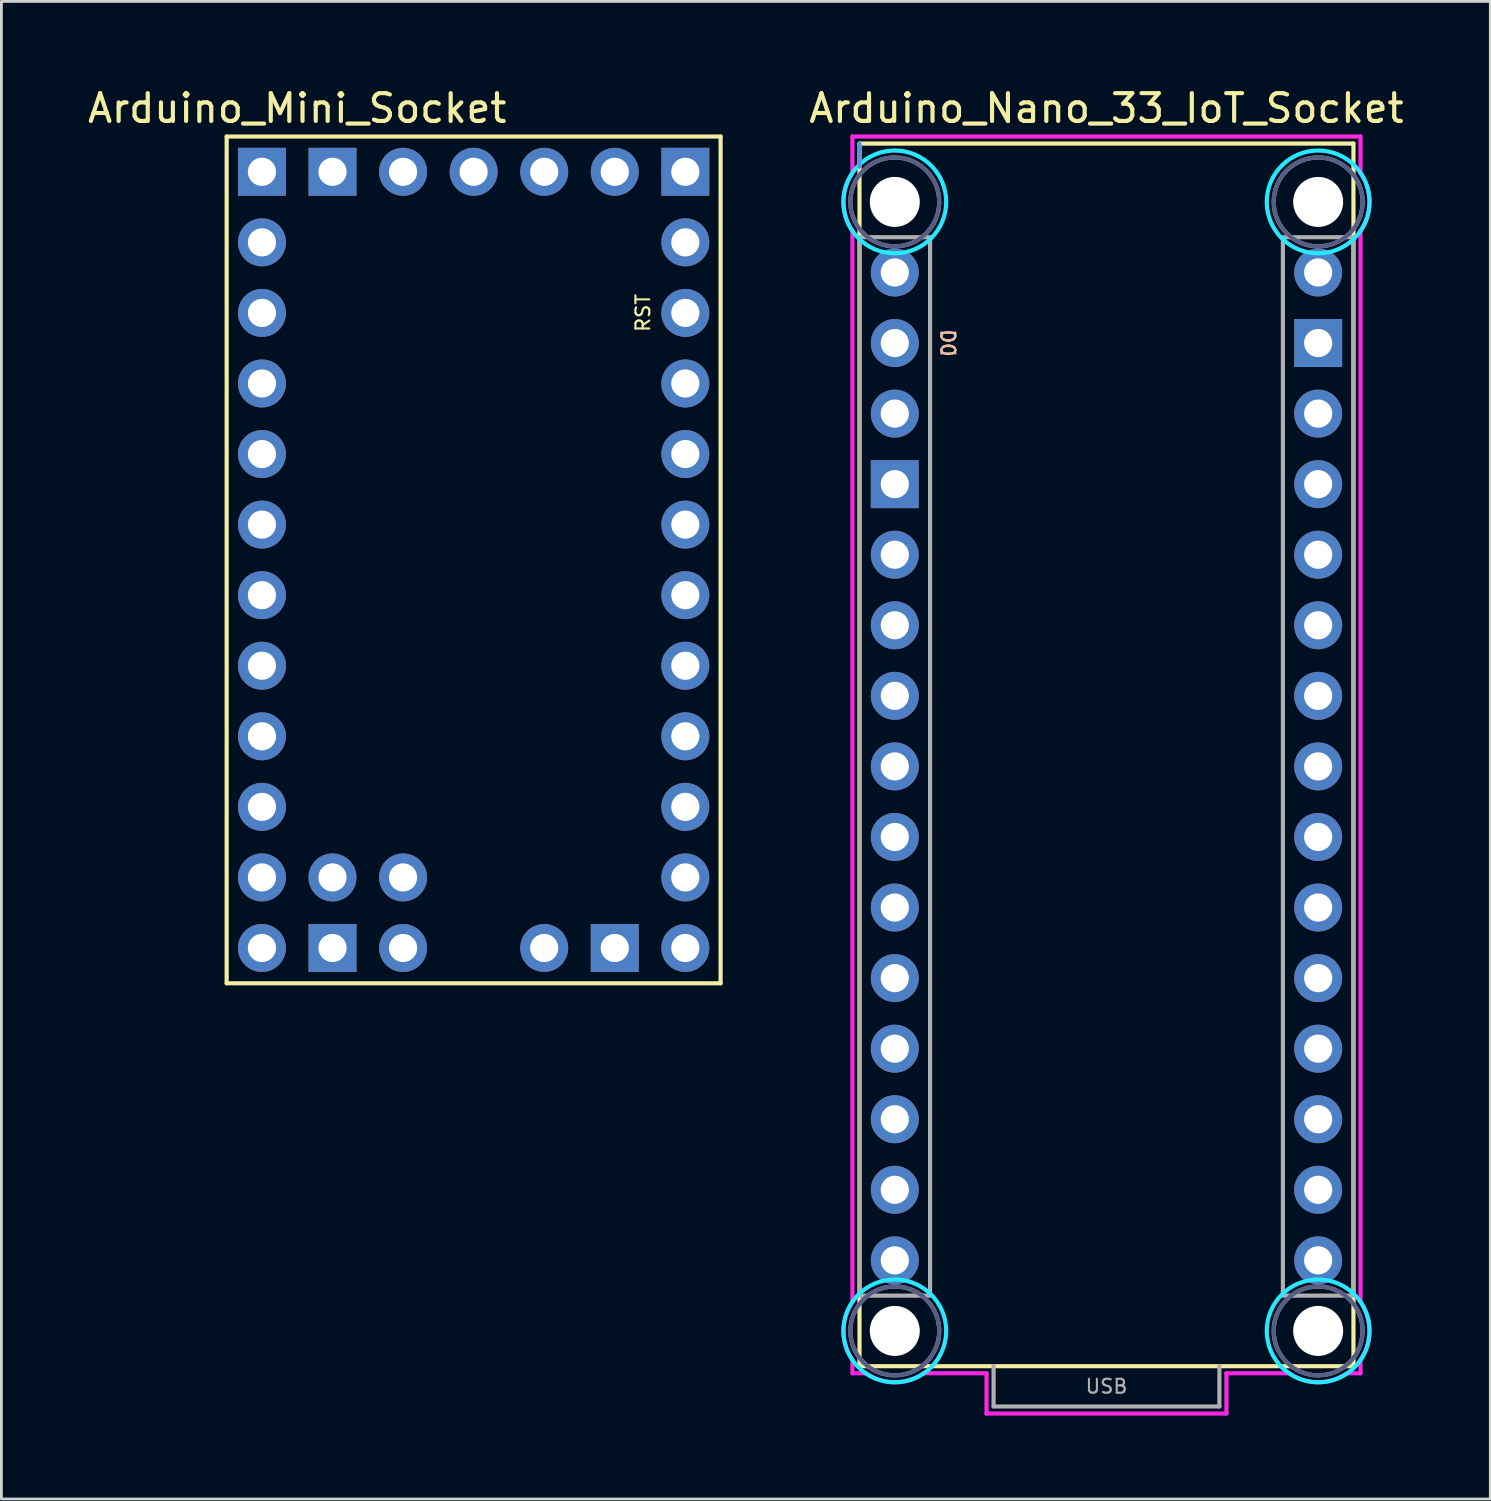
<source format=kicad_pcb>
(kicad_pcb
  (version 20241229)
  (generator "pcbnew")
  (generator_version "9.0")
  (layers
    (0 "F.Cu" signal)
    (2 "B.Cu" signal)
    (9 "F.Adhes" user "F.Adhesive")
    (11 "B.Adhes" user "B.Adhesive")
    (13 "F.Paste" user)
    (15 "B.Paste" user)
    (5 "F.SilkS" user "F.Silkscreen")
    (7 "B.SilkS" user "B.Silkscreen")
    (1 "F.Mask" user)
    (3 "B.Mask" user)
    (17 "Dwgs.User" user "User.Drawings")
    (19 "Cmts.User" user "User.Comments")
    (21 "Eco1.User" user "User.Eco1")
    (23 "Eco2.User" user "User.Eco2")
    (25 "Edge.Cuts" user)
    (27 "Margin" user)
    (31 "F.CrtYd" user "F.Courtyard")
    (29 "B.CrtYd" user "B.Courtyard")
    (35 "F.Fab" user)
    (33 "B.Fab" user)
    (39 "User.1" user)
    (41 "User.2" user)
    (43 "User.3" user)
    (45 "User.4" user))
  (footprint "Arduino_Nano_33_IoT_Socket"
    (layer "F.Cu")
    (at 36.779 46.128)
    (property "Reference" "Arduino_Nano_33_IoT_Socket" (at 0 -45.28 0) (layer "F.SilkS") (effects (font (size 1 1) (thickness 0.15))))
    (attr through_hole)
    (fp_line (start -8.89 -44.01) (end -8.89 0) (stroke (width 0.15) (type solid)) (layer "F.SilkS"))
    (fp_line (start -8.89 -44.01) (end 8.89 -44.01) (stroke (width 0.15) (type solid)) (layer "F.SilkS"))
    (fp_line (start -8.89 0) (end 8.89 0) (stroke (width 0.15) (type solid)) (layer "F.SilkS"))
    (fp_line (start 8.89 -44.01) (end 8.89 0) (stroke (width 0.15) (type solid)) (layer "F.SilkS"))
    (fp_line (start -8.89 -44.01) (end -8.89 -43.18) (stroke (width 0.15) (type solid)) (layer "Cmts.User"))
    (fp_circle (center -7.62 -41.91) (end -5.77 -41.91) (stroke (width 0.15) (type solid)) (fill no) (layer "B.CrtYd"))
    (fp_circle (center -7.62 -1.27) (end -5.77 -1.27) (stroke (width 0.15) (type solid)) (fill no) (layer "B.CrtYd"))
    (fp_circle (center 7.62 -41.91) (end 9.47 -41.91) (stroke (width 0.15) (type solid)) (fill no) (layer "B.CrtYd"))
    (fp_circle (center 7.62 -1.27) (end 9.47 -1.27) (stroke (width 0.15) (type solid)) (fill no) (layer "B.CrtYd"))
    (fp_line (start -9.144 -44.264) (end 9.144 -44.264) (stroke (width 0.15) (type solid)) (layer "F.CrtYd"))
    (fp_line (start -9.144 -42.951) (end -9.144 -44.264) (stroke (width 0.15) (type solid)) (layer "F.CrtYd"))
    (fp_line (start -9.144 -2.311) (end -9.144 -40.869) (stroke (width 0.15) (type solid)) (layer "F.CrtYd"))
    (fp_line (start -9.144 0.254) (end -9.144 -0.229) (stroke (width 0.15) (type solid)) (layer "F.CrtYd"))
    (fp_line (start -8.661 0.254) (end -9.144 0.254) (stroke (width 0.15) (type solid)) (layer "F.CrtYd"))
    (fp_line (start -4.318 0.254) (end -6.579 0.254) (stroke (width 0.15) (type solid)) (layer "F.CrtYd"))
    (fp_line (start -4.318 1.704) (end -4.318 0.254) (stroke (width 0.15) (type solid)) (layer "F.CrtYd"))
    (fp_line (start 4.318 0.254) (end 4.318 1.704) (stroke (width 0.15) (type solid)) (layer "F.CrtYd"))
    (fp_line (start 4.318 1.704) (end -4.318 1.704) (stroke (width 0.15) (type solid)) (layer "F.CrtYd"))
    (fp_line (start 6.579 0.254) (end 4.318 0.254) (stroke (width 0.15) (type solid)) (layer "F.CrtYd"))
    (fp_line (start 9.144 -44.264) (end 9.144 -42.951) (stroke (width 0.15) (type solid)) (layer "F.CrtYd"))
    (fp_line (start 9.144 -40.869) (end 9.144 -2.311) (stroke (width 0.15) (type solid)) (layer "F.CrtYd"))
    (fp_line (start 9.144 -0.229) (end 9.144 0.254) (stroke (width 0.15) (type solid)) (layer "F.CrtYd"))
    (fp_line (start 9.144 0.254) (end 8.661 0.254) (stroke (width 0.15) (type solid)) (layer "F.CrtYd"))
    (fp_arc (start -9.144 -40.8686) (mid -9.467363 -41.91) (end -9.144 -42.9514) (stroke (width 0.15) (type solid)) (layer "F.CrtYd"))
    (fp_arc (start -9.144 -0.2286) (mid -9.467363 -1.27) (end -9.144 -2.3114) (stroke (width 0.15) (type solid)) (layer "F.CrtYd"))
    (fp_arc (start -6.5786 0.254) (mid -7.62 0.577363) (end -8.6614 0.254) (stroke (width 0.15) (type solid)) (layer "F.CrtYd"))
    (fp_arc (start 8.6614 0.254) (mid 7.62 0.577363) (end 6.5786 0.254) (stroke (width 0.15) (type solid)) (layer "F.CrtYd"))
    (fp_arc (start 9.144 -42.9514) (mid 9.467363 -41.91) (end 9.144 -40.8686) (stroke (width 0.15) (type solid)) (layer "F.CrtYd"))
    (fp_arc (start 9.144 -2.3114) (mid 9.467363 -1.27) (end 9.144 -0.2286) (stroke (width 0.15) (type solid)) (layer "F.CrtYd"))
    (fp_circle (center -7.62 -41.91) (end -6.02 -41.91) (stroke (width 0.15) (type solid)) (fill no) (layer "B.Fab"))
    (fp_circle (center -7.62 -1.27) (end -6.02 -1.27) (stroke (width 0.15) (type solid)) (fill no) (layer "B.Fab"))
    (fp_circle (center 7.62 -41.91) (end 9.22 -41.91) (stroke (width 0.15) (type solid)) (fill no) (layer "B.Fab"))
    (fp_circle (center 7.62 -1.27) (end 9.22 -1.27) (stroke (width 0.15) (type solid)) (fill no) (layer "B.Fab"))
    (fp_line (start -4.064 0) (end -4.064 1.45) (stroke (width 0.15) (type solid)) (layer "F.Fab"))
    (fp_line (start -4.064 1.45) (end 4.064 1.45) (stroke (width 0.15) (type solid)) (layer "F.Fab"))
    (fp_line (start 4.064 1.45) (end 4.064 0) (stroke (width 0.15) (type solid)) (layer "F.Fab"))
    (fp_rect (start -8.89 -40.64) (end -6.35 -2.54) (stroke (width 0.15) (type solid)) (fill no) (layer "F.Fab"))
    (fp_rect (start 6.35 -40.64) (end 8.89 -2.54) (stroke (width 0.15) (type solid)) (fill no) (layer "F.Fab"))
    (fp_circle (center -7.62 -41.91) (end -6.02 -41.91) (stroke (width 0.15) (type solid)) (fill no) (layer "F.Fab"))
    (fp_circle (center -7.62 -1.27) (end -6.02 -1.27) (stroke (width 0.15) (type solid)) (fill no) (layer "F.Fab"))
    (fp_circle (center 7.62 -41.91) (end 9.22 -41.91) (stroke (width 0.15) (type solid)) (fill no) (layer "F.Fab"))
    (fp_circle (center 7.62 -1.27) (end 9.22 -1.27) (stroke (width 0.15) (type solid)) (fill no) (layer "F.Fab"))
    (fp_text user "D0" (at -5.715 -36.83 270) (unlocked yes) (layer "F.SilkS") (effects (font (size 0.5 0.5) (thickness 0.075))))
    (fp_text user "D0" (at -5.715 -36.83 270) (unlocked yes) (layer "B.SilkS") (effects (font (size 0.5 0.5) (thickness 0.075)) (justify mirror)))
    (fp_text user "USB" (at 0 0.725 0) (layer "F.Fab") (effects (font (size 0.5 0.5) (thickness 0.075))))
    (pad "" np_thru_hole circle (at -7.62 -41.91) (size 1.8 1.8) (drill 1.8) (layers "*.Cu" "*.Mask"))
    (pad "" np_thru_hole circle (at -7.62 -1.27) (size 1.8 1.8) (drill 1.8) (layers "*.Cu" "*.Mask"))
    (pad "" np_thru_hole circle (at 7.62 -41.91) (size 1.8 1.8) (drill 1.8) (layers "*.Cu" "*.Mask"))
    (pad "" np_thru_hole circle (at 7.62 -1.27) (size 1.8 1.8) (drill 1.8) (layers "*.Cu" "*.Mask"))
    (pad "3V3" thru_hole circle (at 7.62 -6.35) (size 1.727 1.727) (drill 1.016) (layers "*.Cu" "*.Mask"))
    (pad "5V" thru_hole circle (at 7.62 -31.75) (size 1.727 1.727) (drill 1.016) (layers "*.Cu" "*.Mask"))
    (pad "A0" thru_hole circle (at 7.62 -11.43) (size 1.727 1.727) (drill 1.016) (layers "*.Cu" "*.Mask"))
    (pad "A1" thru_hole circle (at 7.62 -13.97) (size 1.727 1.727) (drill 1.016) (layers "*.Cu" "*.Mask"))
    (pad "A2" thru_hole circle (at 7.62 -16.51) (size 1.727 1.727) (drill 1.016) (layers "*.Cu" "*.Mask"))
    (pad "A3" thru_hole circle (at 7.62 -19.05) (size 1.727 1.727) (drill 1.016) (layers "*.Cu" "*.Mask"))
    (pad "A4" thru_hole circle (at 7.62 -21.59) (size 1.727 1.727) (drill 1.016) (layers "*.Cu" "*.Mask"))
    (pad "A5" thru_hole circle (at 7.62 -24.13) (size 1.727 1.727) (drill 1.016) (layers "*.Cu" "*.Mask"))
    (pad "A6" thru_hole circle (at 7.62 -26.67) (size 1.727 1.727) (drill 1.016) (layers "*.Cu" "*.Mask"))
    (pad "A7" thru_hole circle (at 7.62 -29.21) (size 1.727 1.727) (drill 1.016) (layers "*.Cu" "*.Mask"))
    (pad "AREF" thru_hole circle (at 7.62 -8.89) (size 1.727 1.727) (drill 1.016) (layers "*.Cu" "*.Mask"))
    (pad "D0" thru_hole circle (at -7.62 -36.83) (size 1.727 1.727) (drill 1.016) (layers "*.Cu" "*.Mask"))
    (pad "D1" thru_hole circle (at -7.62 -39.37) (size 1.727 1.727) (drill 1.016) (layers "*.Cu" "*.Mask"))
    (pad "D2" thru_hole circle (at -7.62 -29.21) (size 1.727 1.727) (drill 1.016) (layers "*.Cu" "*.Mask"))
    (pad "D3" thru_hole circle (at -7.62 -26.67) (size 1.727 1.727) (drill 1.016) (layers "*.Cu" "*.Mask"))
    (pad "D4" thru_hole circle (at -7.62 -24.13) (size 1.727 1.727) (drill 1.016) (layers "*.Cu" "*.Mask"))
    (pad "D5" thru_hole circle (at -7.62 -21.59) (size 1.727 1.727) (drill 1.016) (layers "*.Cu" "*.Mask"))
    (pad "D6" thru_hole circle (at -7.62 -19.05) (size 1.727 1.727) (drill 1.016) (layers "*.Cu" "*.Mask"))
    (pad "D7" thru_hole circle (at -7.62 -16.51) (size 1.727 1.727) (drill 1.016) (layers "*.Cu" "*.Mask"))
    (pad "D8" thru_hole circle (at -7.62 -13.97) (size 1.727 1.727) (drill 1.016) (layers "*.Cu" "*.Mask"))
    (pad "D9" thru_hole circle (at -7.62 -11.43) (size 1.727 1.727) (drill 1.016) (layers "*.Cu" "*.Mask"))
    (pad "D10" thru_hole circle (at -7.62 -8.89) (size 1.727 1.727) (drill 1.016) (layers "*.Cu" "*.Mask"))
    (pad "D11" thru_hole circle (at -7.62 -6.35) (size 1.727 1.727) (drill 1.016) (layers "*.Cu" "*.Mask"))
    (pad "D12" thru_hole circle (at -7.62 -3.81) (size 1.727 1.727) (drill 1.016) (layers "*.Cu" "*.Mask"))
    (pad "D13" thru_hole circle (at 7.62 -3.81) (size 1.727 1.727) (drill 1.016) (layers "*.Cu" "*.Mask"))
    (pad "GND1" thru_hole rect (at -7.62 -31.75) (size 1.727 1.727) (drill 1.016) (layers "*.Cu" "*.Mask"))
    (pad "GND2" thru_hole rect (at 7.62 -36.83) (size 1.727 1.727) (drill 1.016) (layers "*.Cu" "*.Mask"))
    (pad "RST1" thru_hole circle (at -7.62 -34.29) (size 1.727 1.727) (drill 1.016) (layers "*.Cu" "*.Mask"))
    (pad "RST2" thru_hole circle (at 7.62 -34.29) (size 1.727 1.727) (drill 1.016) (layers "*.Cu" "*.Mask"))
    (pad "VIN" thru_hole circle (at 7.62 -39.37) (size 1.727 1.727) (drill 1.016) (layers "*.Cu" "*.Mask")))
  (footprint "Arduino_Mini_Socket"
    (layer "F.Cu")
    (at 5.109 32.344)
    (property "Reference" "Arduino_Mini_Socket" (at 2.54 -31.496 0) (layer "F.SilkS") (effects (font (size 1 1) (thickness 0.15))))
    (attr through_hole)
    (fp_line (start 0 -30.48) (end 17.78 -30.48) (stroke (width 0.15) (type solid)) (layer "F.SilkS"))
    (fp_line (start 0 0) (end 0 -30.48) (stroke (width 0.15) (type solid)) (layer "F.SilkS"))
    (fp_line (start 17.78 -30.48) (end 17.78 0) (stroke (width 0.15) (type solid)) (layer "F.SilkS"))
    (fp_line (start 17.78 0) (end 0 0) (stroke (width 0.15) (type solid)) (layer "F.SilkS"))
    (fp_text user "RST" (at 14.986 -24.13 90) (layer "F.SilkS") (effects (font (size 0.5 0.5) (thickness 0.075))))
    (pad "5V1" thru_hole circle (at 16.51 -21.59) (size 1.727 1.727) (drill 1.016) (layers "*.Cu" "*.Mask"))
    (pad "5V2" thru_hole circle (at 11.43 -29.21) (size 1.727 1.727) (drill 1.016) (layers "*.Cu" "*.Mask"))
    (pad "5V3" thru_hole circle (at 11.43 -1.27) (size 1.727 1.727) (drill 1.016) (layers "*.Cu" "*.Mask"))
    (pad "A0" thru_hole circle (at 16.51 -11.43) (size 1.727 1.727) (drill 1.016) (layers "*.Cu" "*.Mask"))
    (pad "A1" thru_hole circle (at 16.51 -13.97) (size 1.727 1.727) (drill 1.016) (layers "*.Cu" "*.Mask"))
    (pad "A2" thru_hole circle (at 16.51 -16.51) (size 1.727 1.727) (drill 1.016) (layers "*.Cu" "*.Mask"))
    (pad "A3" thru_hole circle (at 16.51 -19.05) (size 1.727 1.727) (drill 1.016) (layers "*.Cu" "*.Mask"))
    (pad "A4" thru_hole rect (at 3.81 -1.27) (size 1.727 1.727) (drill 1.016) (layers "*.Cu" "*.Mask"))
    (pad "A5" thru_hole circle (at 6.35 -1.27) (size 1.727 1.727) (drill 1.016) (layers "*.Cu" "*.Mask"))
    (pad "A6" thru_hole circle (at 3.81 -3.81) (size 1.727 1.727) (drill 1.016) (layers "*.Cu" "*.Mask"))
    (pad "A7" thru_hole circle (at 6.35 -3.81) (size 1.727 1.727) (drill 1.016) (layers "*.Cu" "*.Mask"))
    (pad "D0" thru_hole circle (at 1.27 -26.67) (size 1.727 1.727) (drill 1.016) (layers "*.Cu" "*.Mask"))
    (pad "D1" thru_hole rect (at 1.27 -29.21) (size 1.727 1.727) (drill 1.016) (layers "*.Cu" "*.Mask"))
    (pad "D2" thru_hole circle (at 1.27 -19.05) (size 1.727 1.727) (drill 1.016) (layers "*.Cu" "*.Mask"))
    (pad "D3" thru_hole circle (at 1.27 -16.51) (size 1.727 1.727) (drill 1.016) (layers "*.Cu" "*.Mask"))
    (pad "D4" thru_hole circle (at 1.27 -13.97) (size 1.727 1.727) (drill 1.016) (layers "*.Cu" "*.Mask"))
    (pad "D5" thru_hole circle (at 1.27 -11.43) (size 1.727 1.727) (drill 1.016) (layers "*.Cu" "*.Mask"))
    (pad "D6" thru_hole circle (at 1.27 -8.89) (size 1.727 1.727) (drill 1.016) (layers "*.Cu" "*.Mask"))
    (pad "D7" thru_hole circle (at 1.27 -6.35) (size 1.727 1.727) (drill 1.016) (layers "*.Cu" "*.Mask"))
    (pad "D8" thru_hole circle (at 1.27 -3.81) (size 1.727 1.727) (drill 1.016) (layers "*.Cu" "*.Mask"))
    (pad "D9" thru_hole circle (at 1.27 -1.27) (size 1.727 1.727) (drill 1.016) (layers "*.Cu" "*.Mask"))
    (pad "D10" thru_hole circle (at 16.51 -1.27) (size 1.727 1.727) (drill 1.016) (layers "*.Cu" "*.Mask"))
    (pad "D11" thru_hole circle (at 16.51 -3.81) (size 1.727 1.727) (drill 1.016) (layers "*.Cu" "*.Mask"))
    (pad "D12" thru_hole circle (at 16.51 -6.35) (size 1.727 1.727) (drill 1.016) (layers "*.Cu" "*.Mask"))
    (pad "D13" thru_hole circle (at 16.51 -8.89) (size 1.727 1.727) (drill 1.016) (layers "*.Cu" "*.Mask"))
    (pad "GND2" thru_hole circle (at 16.51 -26.67) (size 1.727 1.727) (drill 1.016) (layers "*.Cu" "*.Mask"))
    (pad "GND3" thru_hole circle (at 13.97 -29.21) (size 1.727 1.727) (drill 1.016) (layers "*.Cu" "*.Mask"))
    (pad "GND4" thru_hole rect (at 13.97 -1.27) (size 1.727 1.727) (drill 1.016) (layers "*.Cu" "*.Mask"))
    (pad "L0" thru_hole circle (at 1.27 -24.13) (size 1.727 1.727) (drill 1.016) (layers "*.Cu" "*.Mask"))
    (pad "L1" thru_hole circle (at 1.27 -21.59) (size 1.727 1.727) (drill 1.016) (layers "*.Cu" "*.Mask"))
    (pad "L2" thru_hole rect (at 3.81 -29.21) (size 1.727 1.727) (drill 1.016) (layers "*.Cu" "*.Mask"))
    (pad "RST2" thru_hole circle (at 16.51 -24.13) (size 1.727 1.727) (drill 1.016) (layers "*.Cu" "*.Mask"))
    (pad "RX" thru_hole circle (at 8.89 -29.21) (size 1.727 1.727) (drill 1.016) (layers "*.Cu" "*.Mask"))
    (pad "TX" thru_hole circle (at 6.35 -29.21) (size 1.727 1.727) (drill 1.016) (layers "*.Cu" "*.Mask"))
    (pad "VIN" thru_hole rect (at 16.51 -29.21) (size 1.727 1.727) (drill 1.016) (layers "*.Cu" "*.Mask")))
  (gr_rect
    (start -3 -3)
    (end 50.595 50.907)
    (stroke (width 0.1) (type default))
    (fill no)
    (layer "Edge.Cuts")))
</source>
